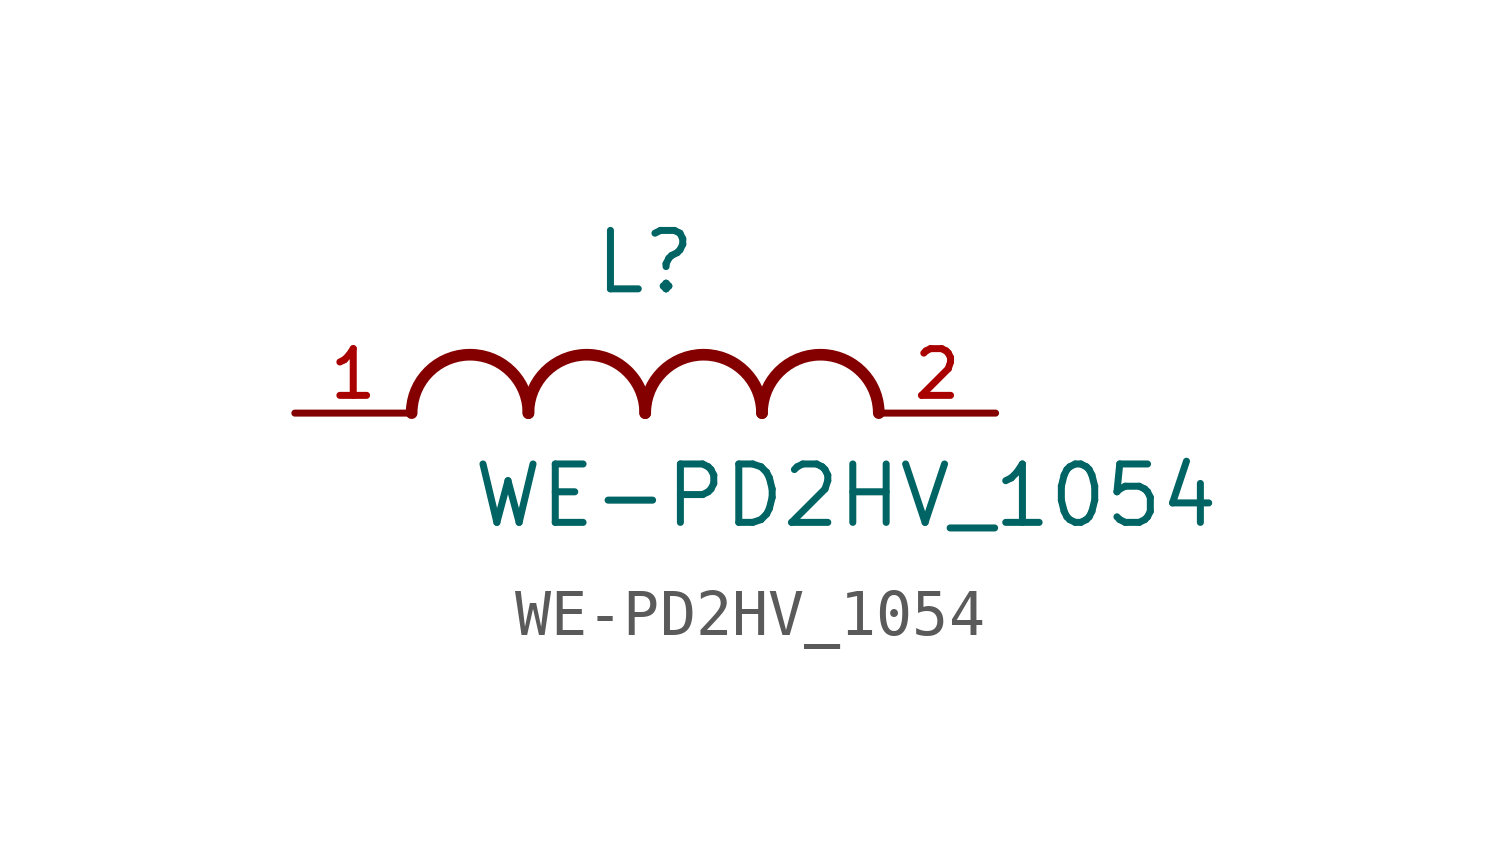
<source format=kicad_sym>
(kicad_symbol_lib
  (version 20211014)
  (generator kicad_symbol_editor)
  (symbol "WE-PD2HV_1054"
    (pin_names
      (offset 1.016))
    (property "Reference" "L"
      (at 0.0 2.54 0)
      (effects (font (size 1.27 1.27)) (justify bottom)))
    (property "Value" "WE-PD2HV_1054"
      (at -3.81 -2.54 0)
      (effects (font (size 1.27 1.27)) (justify bottom left)))
    (symbol "WE-PD2HV_1054_0_0"
      (arc (start -2.54 0.0) (mid -3.81 1.27) (end -5.08 0.0) (stroke (width 0.254) (type default) (color 0 0 0 0)) (fill (type none)))
      (arc (start 0.0 0.0) (mid -1.27 1.27) (end -2.54 0.0) (stroke (width 0.254) (type default) (color 0 0 0 0)) (fill (type none)))
      (arc (start 2.54 0.0) (mid 1.27 1.27) (end 0.0 0.0) (stroke (width 0.254) (type default) (color 0 0 0 0)) (fill (type none)))
      (arc (start 5.08 0.0) (mid 3.81 1.27) (end 2.54 0.0) (stroke (width 0.254) (type default) (color 0 0 0 0)) (fill (type none)))
      (pin passive line (at -7.62 0.0 0) (length 2.54) (name "~" (effects (font (size 1.016 1.016)))) (number "1" (effects (font (size 1.016 1.016)))))
      (pin passive line (at 7.62 0.0 180.0) (length 2.54) (name "~" (effects (font (size 1.016 1.016)))) (number "2" (effects (font (size 1.016 1.016))))))))
</source>
